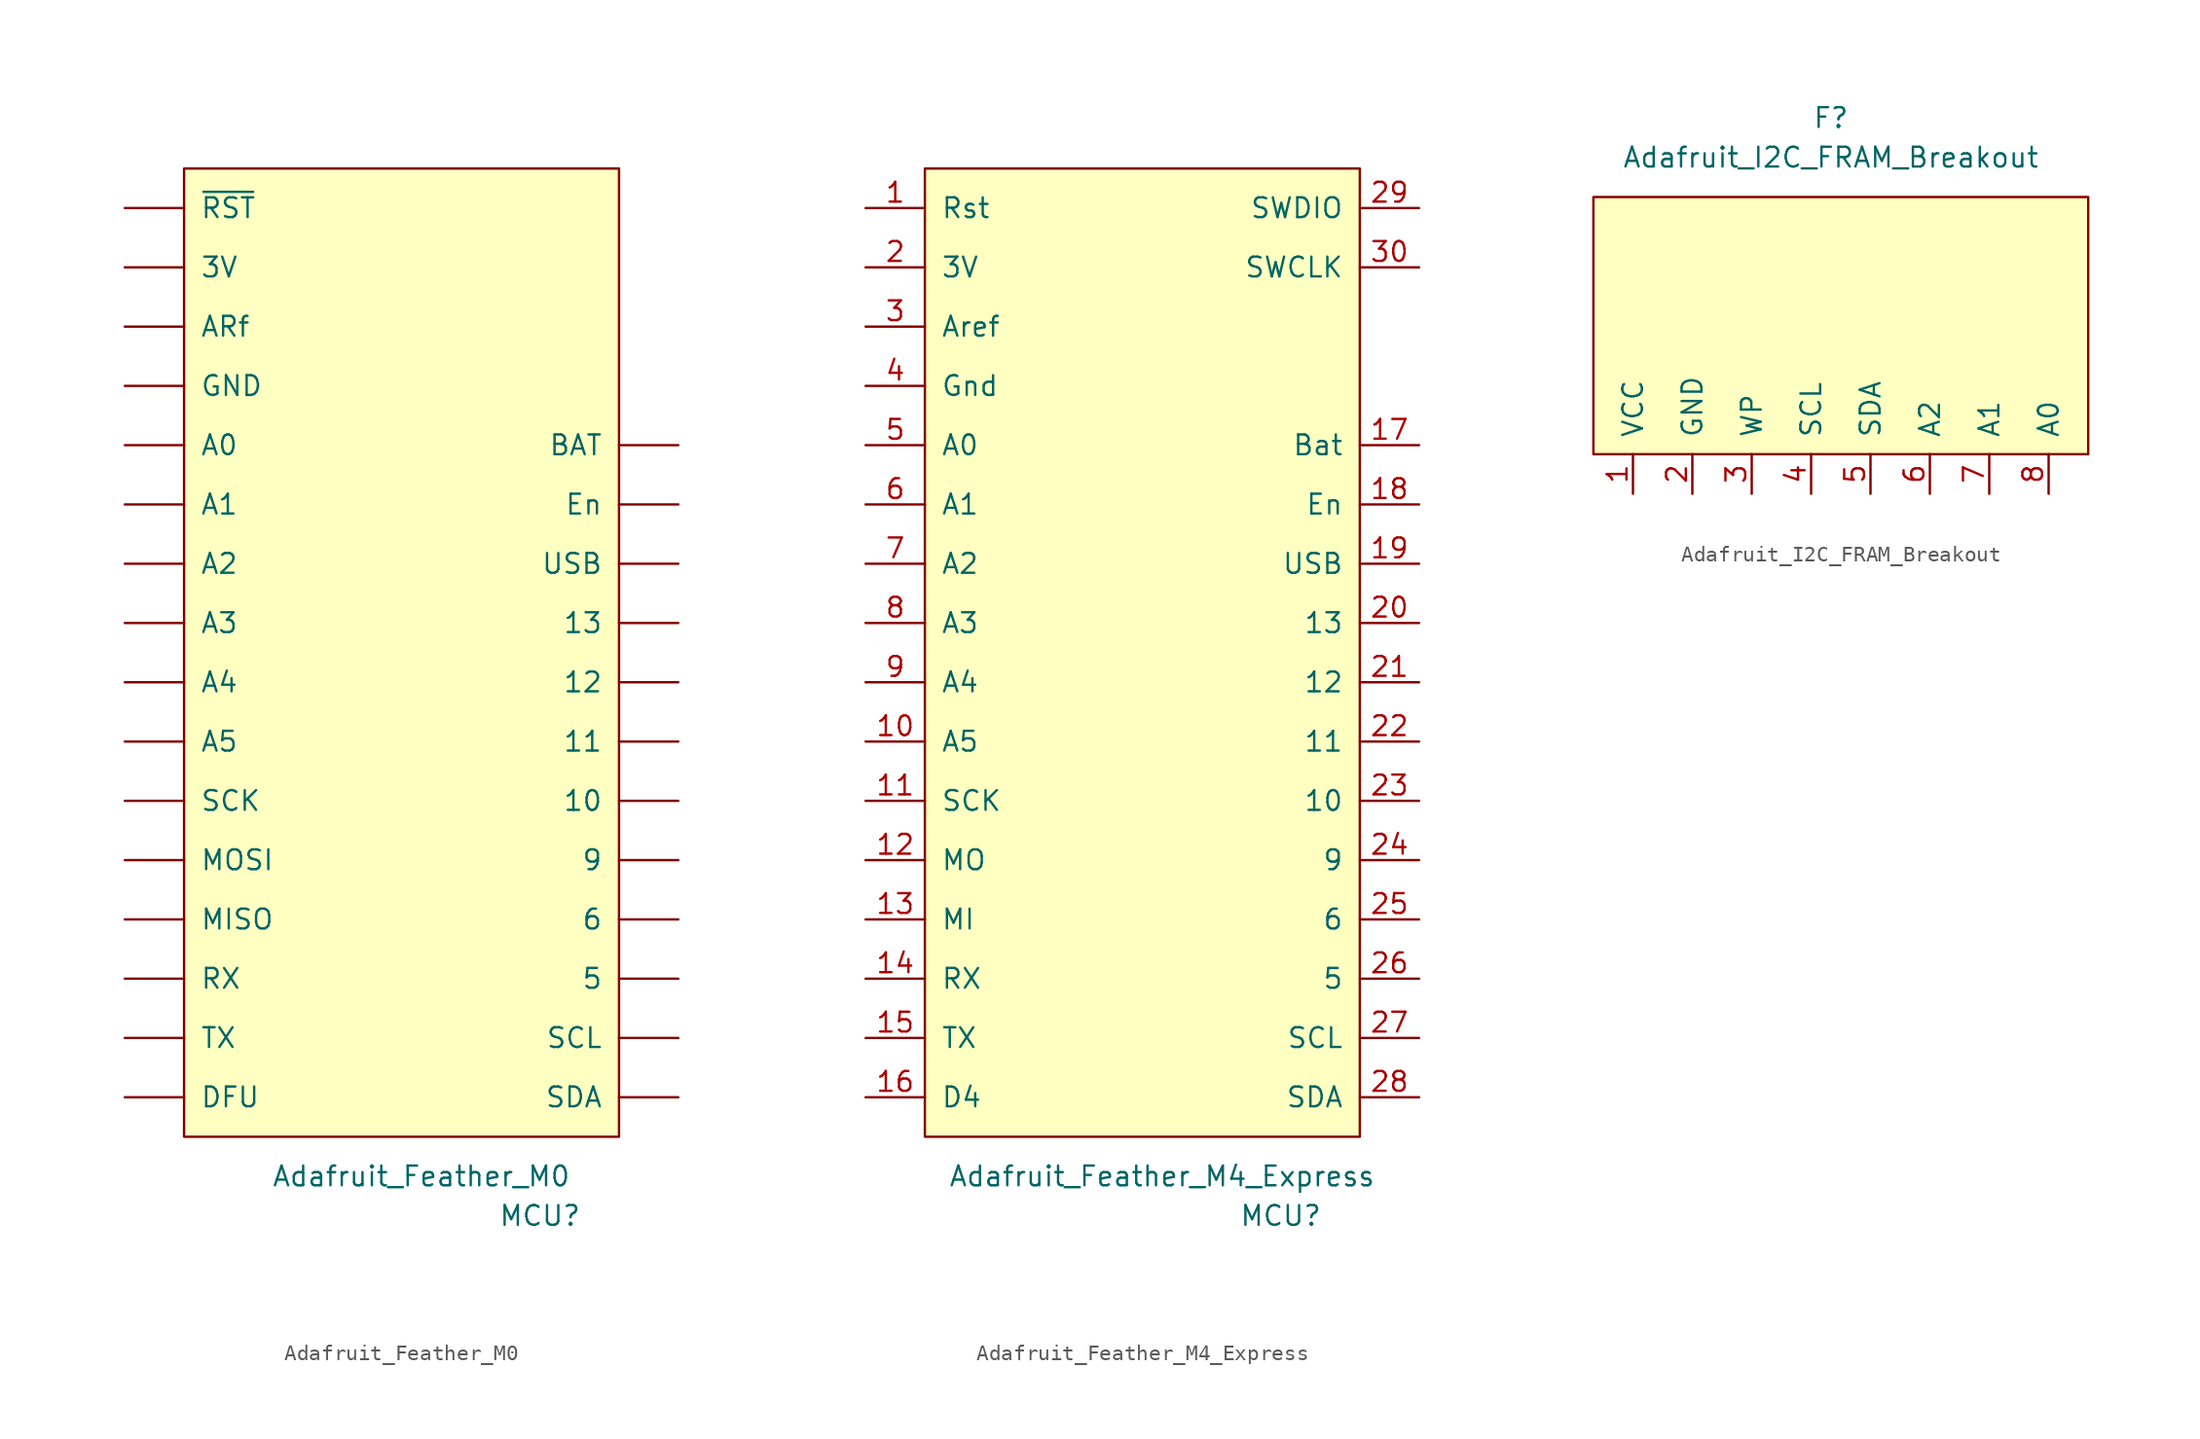
<source format=kicad_sym>
(kicad_symbol_lib
  (version 20211014)
  (generator kicad_symbol_editor)
  (symbol "Adafruit_Feather_M0"
    (pin_names
      (offset 1.016))
    (property "Reference" "MCU"
      (at 8.89 -35.56 0)
      (effects (font (size 1.27 1.27))))
    (property "Value" "Adafruit_Feather_M0"
      (at 1.27 -33.02 0)
      (effects (font (size 1.27 1.27))))
    (symbol "Adafruit_Feather_M0_0_1"
      (rectangle (start 13.97 -30.48) (end -13.97 31.75) (stroke (width 0) (type default) (color 0 0 0 0)) (fill (type background))))
    (symbol "Adafruit_Feather_M0_1_1"
      (pin bidirectional line (at 17.78 -8.89 180) (length 3.81) (name "10" (effects (font (size 1.27 1.27)))) (number "~" (effects (font (size 1.27 1.27)))))
      (pin bidirectional line (at 17.78 -5.08 180) (length 3.81) (name "11" (effects (font (size 1.27 1.27)))) (number "~" (effects (font (size 1.27 1.27)))))
      (pin bidirectional line (at 17.78 -1.27 180) (length 3.81) (name "12" (effects (font (size 1.27 1.27)))) (number "~" (effects (font (size 1.27 1.27)))))
      (pin bidirectional line (at 17.78 2.54 180) (length 3.81) (name "13" (effects (font (size 1.27 1.27)))) (number "~" (effects (font (size 1.27 1.27)))))
      (pin power_out line (at -17.78 25.4 0) (length 3.81) (name "3V" (effects (font (size 1.27 1.27)))) (number "~" (effects (font (size 1.27 1.27)))))
      (pin bidirectional line (at 17.78 -20.32 180) (length 3.81) (name "5" (effects (font (size 1.27 1.27)))) (number "~" (effects (font (size 1.27 1.27)))))
      (pin bidirectional line (at 17.78 -16.51 180) (length 3.81) (name "6" (effects (font (size 1.27 1.27)))) (number "~" (effects (font (size 1.27 1.27)))))
      (pin bidirectional line (at 17.78 -12.7 180) (length 3.81) (name "9" (effects (font (size 1.27 1.27)))) (number "~" (effects (font (size 1.27 1.27)))))
      (pin bidirectional line (at -17.78 13.97 0) (length 3.81) (name "A0" (effects (font (size 1.27 1.27)))) (number "~" (effects (font (size 1.27 1.27)))))
      (pin bidirectional line (at -17.78 10.16 0) (length 3.81) (name "A1" (effects (font (size 1.27 1.27)))) (number "~" (effects (font (size 1.27 1.27)))))
      (pin bidirectional line (at -17.78 6.35 0) (length 3.81) (name "A2" (effects (font (size 1.27 1.27)))) (number "~" (effects (font (size 1.27 1.27)))))
      (pin bidirectional line (at -17.78 2.54 0) (length 3.81) (name "A3" (effects (font (size 1.27 1.27)))) (number "~" (effects (font (size 1.27 1.27)))))
      (pin bidirectional line (at -17.78 -1.27 0) (length 3.81) (name "A4" (effects (font (size 1.27 1.27)))) (number "~" (effects (font (size 1.27 1.27)))))
      (pin bidirectional line (at -17.78 -5.08 0) (length 3.81) (name "A5" (effects (font (size 1.27 1.27)))) (number "~" (effects (font (size 1.27 1.27)))))
      (pin power_in line (at -17.78 21.59 0) (length 3.81) (name "ARf" (effects (font (size 1.27 1.27)))) (number "~" (effects (font (size 1.27 1.27)))))
      (pin power_out line (at 17.78 13.97 180) (length 3.81) (name "BAT" (effects (font (size 1.27 1.27)))) (number "~" (effects (font (size 1.27 1.27)))))
      (pin input line (at -17.78 -27.94 0) (length 3.81) (name "DFU" (effects (font (size 1.27 1.27)))) (number "~" (effects (font (size 1.27 1.27)))))
      (pin power_in line (at 17.78 10.16 180) (length 3.81) (name "En" (effects (font (size 1.27 1.27)))) (number "~" (effects (font (size 1.27 1.27)))))
      (pin power_in line (at -17.78 17.78 0) (length 3.81) (name "GND" (effects (font (size 1.27 1.27)))) (number "~" (effects (font (size 1.27 1.27)))))
      (pin bidirectional line (at -17.78 -16.51 0) (length 3.81) (name "MISO" (effects (font (size 1.27 1.27)))) (number "~" (effects (font (size 1.27 1.27)))))
      (pin bidirectional line (at -17.78 -12.7 0) (length 3.81) (name "MOSI" (effects (font (size 1.27 1.27)))) (number "~" (effects (font (size 1.27 1.27)))))
      (pin input line (at -17.78 -20.32 0) (length 3.81) (name "RX" (effects (font (size 1.27 1.27)))) (number "~" (effects (font (size 1.27 1.27)))))
      (pin bidirectional line (at -17.78 -8.89 0) (length 3.81) (name "SCK" (effects (font (size 1.27 1.27)))) (number "~" (effects (font (size 1.27 1.27)))))
      (pin bidirectional line (at 17.78 -24.13 180) (length 3.81) (name "SCL" (effects (font (size 1.27 1.27)))) (number "~" (effects (font (size 1.27 1.27)))))
      (pin bidirectional line (at 17.78 -27.94 180) (length 3.81) (name "SDA" (effects (font (size 1.27 1.27)))) (number "~" (effects (font (size 1.27 1.27)))))
      (pin output line (at -17.78 -24.13 0) (length 3.81) (name "TX" (effects (font (size 1.27 1.27)))) (number "~" (effects (font (size 1.27 1.27)))))
      (pin power_in line (at 17.78 6.35 180) (length 3.81) (name "USB" (effects (font (size 1.27 1.27)))) (number "~" (effects (font (size 1.27 1.27)))))
      (pin power_in line (at -17.78 29.21 0) (length 3.81) (name "~{RST}" (effects (font (size 1.27 1.27)))) (number "~" (effects (font (size 1.27 1.27)))))))
  (symbol "Adafruit_Feather_M4_Express"
    (pin_names
      (offset 1.016))
    (property "Reference" "MCU"
      (at 8.89 -35.56 0)
      (effects (font (size 1.27 1.27))))
    (property "Value" "Adafruit_Feather_M4_Express"
      (at 1.27 -33.02 0)
      (effects (font (size 1.27 1.27))))
    (symbol "Adafruit_Feather_M4_Express_0_1"
      (rectangle (start 13.97 -30.48) (end -13.97 31.75) (stroke (width 0) (type default) (color 0 0 0 0)) (fill (type background))))
    (symbol "Adafruit_Feather_M4_Express_1_1"
      (pin power_in line (at -17.78 29.21 0) (length 3.81) (name "Rst" (effects (font (size 1.27 1.27)))) (number "1" (effects (font (size 1.27 1.27)))))
      (pin bidirectional line (at -17.78 -5.08 0) (length 3.81) (name "A5" (effects (font (size 1.27 1.27)))) (number "10" (effects (font (size 1.27 1.27)))))
      (pin bidirectional line (at -17.78 -8.89 0) (length 3.81) (name "SCK" (effects (font (size 1.27 1.27)))) (number "11" (effects (font (size 1.27 1.27)))))
      (pin bidirectional line (at -17.78 -12.7 0) (length 3.81) (name "MO" (effects (font (size 1.27 1.27)))) (number "12" (effects (font (size 1.27 1.27)))))
      (pin bidirectional line (at -17.78 -16.51 0) (length 3.81) (name "MI" (effects (font (size 1.27 1.27)))) (number "13" (effects (font (size 1.27 1.27)))))
      (pin input line (at -17.78 -20.32 0) (length 3.81) (name "RX" (effects (font (size 1.27 1.27)))) (number "14" (effects (font (size 1.27 1.27)))))
      (pin output line (at -17.78 -24.13 0) (length 3.81) (name "TX" (effects (font (size 1.27 1.27)))) (number "15" (effects (font (size 1.27 1.27)))))
      (pin input line (at -17.78 -27.94 0) (length 3.81) (name "D4" (effects (font (size 1.27 1.27)))) (number "16" (effects (font (size 1.27 1.27)))))
      (pin power_out line (at 17.78 13.97 180) (length 3.81) (name "Bat" (effects (font (size 1.27 1.27)))) (number "17" (effects (font (size 1.27 1.27)))))
      (pin power_in line (at 17.78 10.16 180) (length 3.81) (name "En" (effects (font (size 1.27 1.27)))) (number "18" (effects (font (size 1.27 1.27)))))
      (pin power_in line (at 17.78 6.35 180) (length 3.81) (name "USB" (effects (font (size 1.27 1.27)))) (number "19" (effects (font (size 1.27 1.27)))))
      (pin power_out line (at -17.78 25.4 0) (length 3.81) (name "3V" (effects (font (size 1.27 1.27)))) (number "2" (effects (font (size 1.27 1.27)))))
      (pin bidirectional line (at 17.78 2.54 180) (length 3.81) (name "13" (effects (font (size 1.27 1.27)))) (number "20" (effects (font (size 1.27 1.27)))))
      (pin bidirectional line (at 17.78 -1.27 180) (length 3.81) (name "12" (effects (font (size 1.27 1.27)))) (number "21" (effects (font (size 1.27 1.27)))))
      (pin bidirectional line (at 17.78 -5.08 180) (length 3.81) (name "11" (effects (font (size 1.27 1.27)))) (number "22" (effects (font (size 1.27 1.27)))))
      (pin bidirectional line (at 17.78 -8.89 180) (length 3.81) (name "10" (effects (font (size 1.27 1.27)))) (number "23" (effects (font (size 1.27 1.27)))))
      (pin bidirectional line (at 17.78 -12.7 180) (length 3.81) (name "9" (effects (font (size 1.27 1.27)))) (number "24" (effects (font (size 1.27 1.27)))))
      (pin bidirectional line (at 17.78 -16.51 180) (length 3.81) (name "6" (effects (font (size 1.27 1.27)))) (number "25" (effects (font (size 1.27 1.27)))))
      (pin bidirectional line (at 17.78 -20.32 180) (length 3.81) (name "5" (effects (font (size 1.27 1.27)))) (number "26" (effects (font (size 1.27 1.27)))))
      (pin bidirectional line (at 17.78 -24.13 180) (length 3.81) (name "SCL" (effects (font (size 1.27 1.27)))) (number "27" (effects (font (size 1.27 1.27)))))
      (pin bidirectional line (at 17.78 -27.94 180) (length 3.81) (name "SDA" (effects (font (size 1.27 1.27)))) (number "28" (effects (font (size 1.27 1.27)))))
      (pin output line (at 17.78 29.21 180) (length 3.81) (name "SWDIO" (effects (font (size 1.27 1.27)))) (number "29" (effects (font (size 1.27 1.27)))))
      (pin power_out line (at -17.78 21.59 0) (length 3.81) (name "Aref" (effects (font (size 1.27 1.27)))) (number "3" (effects (font (size 1.27 1.27)))))
      (pin output line (at 17.78 25.4 180) (length 3.81) (name "SWCLK" (effects (font (size 1.27 1.27)))) (number "30" (effects (font (size 1.27 1.27)))))
      (pin power_in line (at -17.78 17.78 0) (length 3.81) (name "Gnd" (effects (font (size 1.27 1.27)))) (number "4" (effects (font (size 1.27 1.27)))))
      (pin bidirectional line (at -17.78 13.97 0) (length 3.81) (name "A0" (effects (font (size 1.27 1.27)))) (number "5" (effects (font (size 1.27 1.27)))))
      (pin bidirectional line (at -17.78 10.16 0) (length 3.81) (name "A1" (effects (font (size 1.27 1.27)))) (number "6" (effects (font (size 1.27 1.27)))))
      (pin bidirectional line (at -17.78 6.35 0) (length 3.81) (name "A2" (effects (font (size 1.27 1.27)))) (number "7" (effects (font (size 1.27 1.27)))))
      (pin bidirectional line (at -17.78 2.54 0) (length 3.81) (name "A3" (effects (font (size 1.27 1.27)))) (number "8" (effects (font (size 1.27 1.27)))))
      (pin bidirectional line (at -17.78 -1.27 0) (length 3.81) (name "A4" (effects (font (size 1.27 1.27)))) (number "9" (effects (font (size 1.27 1.27)))))))
  (symbol "Adafruit_I2C_FRAM_Breakout"
    (pin_names
      (offset 1.016))
    (property "Reference" "F"
      (at -3.81 11.43 0)
      (effects (font (size 1.27 1.27))))
    (property "Value" "Adafruit_I2C_FRAM_Breakout"
      (at -3.81 8.89 0)
      (effects (font (size 1.27 1.27))))
    (symbol "Adafruit_I2C_FRAM_Breakout_0_1"
      (rectangle (start -19.05 6.35) (end 12.7 -10.16) (stroke (width 0) (type default) (color 0 0 0 0)) (fill (type background))))
    (symbol "Adafruit_I2C_FRAM_Breakout_1_1"
      (pin power_in line (at -16.51 -12.7 90) (length 2.54) (name "VCC" (effects (font (size 1.27 1.27)))) (number "1" (effects (font (size 1.27 1.27)))))
      (pin power_in line (at -12.7 -12.7 90) (length 2.54) (name "GND" (effects (font (size 1.27 1.27)))) (number "2" (effects (font (size 1.27 1.27)))))
      (pin input line (at -8.89 -12.7 90) (length 2.54) (name "WP" (effects (font (size 1.27 1.27)))) (number "3" (effects (font (size 1.27 1.27)))))
      (pin input line (at -5.08 -12.7 90) (length 2.54) (name "SCL" (effects (font (size 1.27 1.27)))) (number "4" (effects (font (size 1.27 1.27)))))
      (pin input line (at -1.27 -12.7 90) (length 2.54) (name "SDA" (effects (font (size 1.27 1.27)))) (number "5" (effects (font (size 1.27 1.27)))))
      (pin input line (at 2.54 -12.7 90) (length 2.54) (name "A2" (effects (font (size 1.27 1.27)))) (number "6" (effects (font (size 1.27 1.27)))))
      (pin input line (at 6.35 -12.7 90) (length 2.54) (name "A1" (effects (font (size 1.27 1.27)))) (number "7" (effects (font (size 1.27 1.27)))))
      (pin input line (at 10.16 -12.7 90) (length 2.54) (name "A0" (effects (font (size 1.27 1.27)))) (number "8" (effects (font (size 1.27 1.27))))))))
</source>
